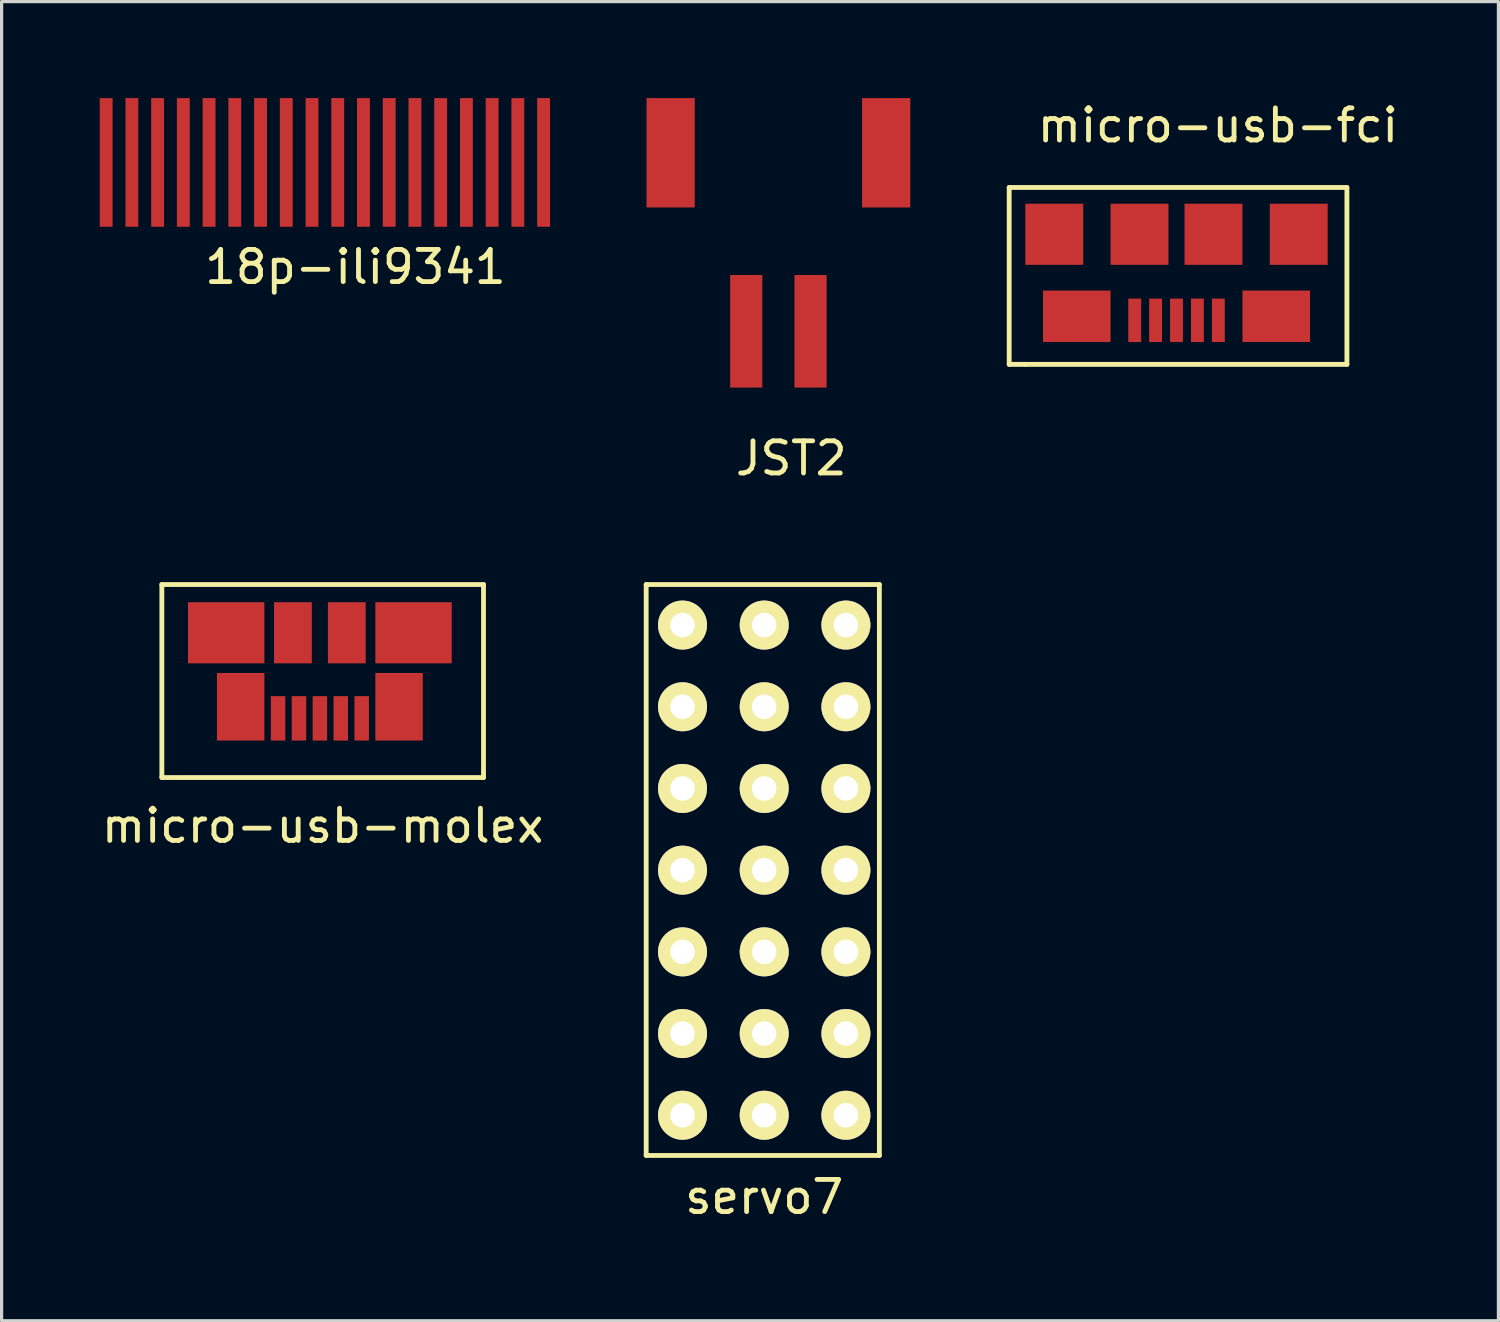
<source format=kicad_pcb>
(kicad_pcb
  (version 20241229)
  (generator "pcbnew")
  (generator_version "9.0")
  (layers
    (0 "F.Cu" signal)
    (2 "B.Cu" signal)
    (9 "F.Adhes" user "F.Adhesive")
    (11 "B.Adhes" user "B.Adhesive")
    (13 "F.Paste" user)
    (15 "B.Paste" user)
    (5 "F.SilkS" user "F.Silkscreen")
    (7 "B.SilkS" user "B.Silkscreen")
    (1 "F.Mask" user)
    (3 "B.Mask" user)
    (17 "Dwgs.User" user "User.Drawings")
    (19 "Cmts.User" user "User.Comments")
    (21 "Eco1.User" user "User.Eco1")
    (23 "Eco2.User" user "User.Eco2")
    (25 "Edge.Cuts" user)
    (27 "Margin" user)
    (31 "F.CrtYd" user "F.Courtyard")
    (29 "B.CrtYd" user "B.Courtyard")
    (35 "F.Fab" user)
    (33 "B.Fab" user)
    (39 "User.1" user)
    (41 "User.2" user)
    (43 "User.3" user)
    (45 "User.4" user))
  (footprint "JST2"
    (layer "F.Cu")
    (at 17.8 1.7)
    (property "Reference" "JST2" (at 3.75 9.5 0) (layer "F.SilkS") (effects (font (size 1 1) (thickness 0.15))))
    (attr through_hole)
    (pad "1" smd rect (at 4.35 5.55) (size 1 3.5) (layers "F.Cu" "F.Mask" "F.Paste"))
    (pad "2" smd rect (at 0 0) (size 1.5 3.4) (layers "F.Cu" "F.Mask" "F.Paste"))
    (pad "2" smd rect (at 2.35 5.55) (size 1 3.5) (layers "F.Cu" "F.Mask" "F.Paste"))
    (pad "2" smd rect (at 6.7 0) (size 1.5 3.4) (layers "F.Cu" "F.Mask" "F.Paste")))
  (footprint "micro-usb-molex"
    (layer "F.Cu")
    (at 3.982 16.623)
    (property "Reference" "micro-usb-molex" (at 3 6 0) (layer "F.SilkS") (effects (font (size 1 1) (thickness 0.15))))
    (attr through_hole)
    (fp_line (start -2 -1.5) (end -2 4.5) (stroke (width 0.15) (type solid)) (layer "F.SilkS"))
    (fp_line (start -2 4.5) (end 8 4.5) (stroke (width 0.15) (type solid)) (layer "F.SilkS"))
    (fp_line (start 8 -1.5) (end -2 -1.5) (stroke (width 0.15) (type solid)) (layer "F.SilkS"))
    (fp_line (start 8 4.5) (end 8 -1.5) (stroke (width 0.15) (type solid)) (layer "F.SilkS"))
    (pad "1" smd rect (at 4.213 2.66) (size 0.45 1.38) (layers "F.Cu" "F.Mask" "F.Paste"))
    (pad "2" smd rect (at 3.562 2.66) (size 0.45 1.38) (layers "F.Cu" "F.Mask" "F.Paste"))
    (pad "3" smd rect (at 2.913 2.66) (size 0.45 1.38) (layers "F.Cu" "F.Mask" "F.Paste"))
    (pad "4" smd rect (at 2.263 2.66) (size 0.45 1.38) (layers "F.Cu" "F.Mask" "F.Paste"))
    (pad "5" smd rect (at 0 0) (size 2.375 1.9) (layers "F.Cu" "F.Mask" "F.Paste"))
    (pad "5" smd rect (at 0.45 2.3) (size 1.475 2.1) (layers "F.Cu" "F.Mask" "F.Paste"))
    (pad "5" smd rect (at 1.613 2.66) (size 0.45 1.38) (layers "F.Cu" "F.Mask" "F.Paste"))
    (pad "5" smd rect (at 2.075 0) (size 1.175 1.9) (layers "F.Cu" "F.Mask" "F.Paste"))
    (pad "5" smd rect (at 3.75 0) (size 1.175 1.9) (layers "F.Cu" "F.Mask" "F.Paste"))
    (pad "5" smd rect (at 5.375 2.3) (size 1.475 2.1) (layers "F.Cu" "F.Mask" "F.Paste"))
    (pad "5" smd rect (at 5.825 0) (size 2.375 1.9) (layers "F.Cu" "F.Mask" "F.Paste")))
  (footprint "18p-ili9341"
    (layer "F.Cu")
    (at 0.25 2)
    (property "Reference" "18p-ili9341" (at 7.75 3.25 0) (layer "F.SilkS") (effects (font (size 1 1) (thickness 0.15))))
    (attr through_hole)
    (pad "1" smd rect (at 0 0) (size 0.4 4) (layers "F.Cu" "F.Mask" "F.Paste"))
    (pad "2" smd rect (at 0.8 0) (size 0.4 4) (layers "F.Cu" "F.Mask" "F.Paste"))
    (pad "3" smd rect (at 1.6 0) (size 0.4 4) (layers "F.Cu" "F.Mask" "F.Paste"))
    (pad "4" smd rect (at 2.4 0) (size 0.4 4) (layers "F.Cu" "F.Mask" "F.Paste"))
    (pad "5" smd rect (at 3.2 0) (size 0.4 4) (layers "F.Cu" "F.Mask" "F.Paste"))
    (pad "6" smd rect (at 4 0) (size 0.4 4) (layers "F.Cu" "F.Mask" "F.Paste"))
    (pad "7" smd rect (at 4.8 0) (size 0.4 4) (layers "F.Cu" "F.Mask" "F.Paste"))
    (pad "8" smd rect (at 5.6 0) (size 0.4 4) (layers "F.Cu" "F.Mask" "F.Paste"))
    (pad "9" smd rect (at 6.4 0) (size 0.4 4) (layers "F.Cu" "F.Mask" "F.Paste"))
    (pad "10" smd rect (at 7.2 0) (size 0.4 4) (layers "F.Cu" "F.Mask" "F.Paste"))
    (pad "11" smd rect (at 8 0) (size 0.4 4) (layers "F.Cu" "F.Mask" "F.Paste"))
    (pad "12" smd rect (at 8.8 0) (size 0.4 4) (layers "F.Cu" "F.Mask" "F.Paste"))
    (pad "13" smd rect (at 9.6 0) (size 0.4 4) (layers "F.Cu" "F.Mask" "F.Paste"))
    (pad "14" smd rect (at 10.4 0) (size 0.4 4) (layers "F.Cu" "F.Mask" "F.Paste"))
    (pad "15" smd rect (at 11.2 0) (size 0.4 4) (layers "F.Cu" "F.Mask" "F.Paste"))
    (pad "16" smd rect (at 12 0) (size 0.4 4) (layers "F.Cu" "F.Mask" "F.Paste"))
    (pad "17" smd rect (at 12.8 0) (size 0.4 4) (layers "F.Cu" "F.Mask" "F.Paste"))
    (pad "18" smd rect (at 13.6 0) (size 0.4 4) (layers "F.Cu" "F.Mask" "F.Paste")))
  (footprint "servo7"
    (layer "F.Cu")
    (at 25.789 31.623)
    (property "Reference" "servo7" (at -5.08 2.54 0) (layer "F.SilkS") (effects (font (size 1 1) (thickness 0.15))))
    (attr through_hole)
    (fp_line (start -8.75 -16.5) (end -1.5 -16.5) (stroke (width 0.15) (type solid)) (layer "F.SilkS"))
    (fp_line (start -8.75 1.25) (end -8.75 -16.5) (stroke (width 0.15) (type solid)) (layer "F.SilkS"))
    (fp_line (start -1.5 -16.5) (end -1.5 1.25) (stroke (width 0.15) (type solid)) (layer "F.SilkS"))
    (fp_line (start -1.5 1.25) (end -8.75 1.25) (stroke (width 0.15) (type solid)) (layer "F.SilkS"))
    (pad "1" thru_hole circle (at -7.62 -15.24) (size 1.524 1.524) (drill 0.762) (layers "*.Cu" "*.Mask" "F.SilkS"))
    (pad "2" thru_hole circle (at -7.62 -12.7) (size 1.524 1.524) (drill 0.762) (layers "*.Cu" "*.Mask" "F.SilkS"))
    (pad "3" thru_hole circle (at -7.62 -10.16) (size 1.524 1.524) (drill 0.762) (layers "*.Cu" "*.Mask" "F.SilkS"))
    (pad "4" thru_hole circle (at -7.62 -7.62) (size 1.524 1.524) (drill 0.762) (layers "*.Cu" "*.Mask" "F.SilkS"))
    (pad "5" thru_hole circle (at -7.62 -5.08) (size 1.524 1.524) (drill 0.762) (layers "*.Cu" "*.Mask" "F.SilkS"))
    (pad "6" thru_hole circle (at -7.62 -2.54) (size 1.524 1.524) (drill 0.762) (layers "*.Cu" "*.Mask" "F.SilkS"))
    (pad "7" thru_hole circle (at -7.62 0) (size 1.524 1.524) (drill 0.762) (layers "*.Cu" "*.Mask" "F.SilkS"))
    (pad "8" thru_hole circle (at -5.08 0) (size 1.524 1.524) (drill 0.762) (layers "*.Cu" "*.Mask" "F.SilkS"))
    (pad "9" thru_hole circle (at -5.08 -2.54) (size 1.524 1.524) (drill 0.762) (layers "*.Cu" "*.Mask" "F.SilkS"))
    (pad "10" thru_hole circle (at -5.08 -5.08) (size 1.524 1.524) (drill 0.762) (layers "*.Cu" "*.Mask" "F.SilkS"))
    (pad "11" thru_hole circle (at -5.08 -7.62) (size 1.524 1.524) (drill 0.762) (layers "*.Cu" "*.Mask" "F.SilkS"))
    (pad "12" thru_hole circle (at -5.08 -10.16) (size 1.524 1.524) (drill 0.762) (layers "*.Cu" "*.Mask" "F.SilkS"))
    (pad "13" thru_hole circle (at -5.08 -12.7) (size 1.524 1.524) (drill 0.762) (layers "*.Cu" "*.Mask" "F.SilkS"))
    (pad "14" thru_hole circle (at -5.08 -15.24) (size 1.524 1.524) (drill 0.762) (layers "*.Cu" "*.Mask" "F.SilkS"))
    (pad "15" thru_hole circle (at -2.54 -15.24) (size 1.524 1.524) (drill 0.762) (layers "*.Cu" "*.Mask" "F.SilkS"))
    (pad "16" thru_hole circle (at -2.54 -12.7) (size 1.524 1.524) (drill 0.762) (layers "*.Cu" "*.Mask" "F.SilkS"))
    (pad "17" thru_hole circle (at -2.54 -10.16) (size 1.524 1.524) (drill 0.762) (layers "*.Cu" "*.Mask" "F.SilkS"))
    (pad "18" thru_hole circle (at -2.54 -7.62) (size 1.524 1.524) (drill 0.762) (layers "*.Cu" "*.Mask" "F.SilkS"))
    (pad "19" thru_hole circle (at -2.54 -5.08) (size 1.524 1.524) (drill 0.762) (layers "*.Cu" "*.Mask" "F.SilkS"))
    (pad "20" thru_hole circle (at -2.54 -2.54) (size 1.524 1.524) (drill 0.762) (layers "*.Cu" "*.Mask" "F.SilkS"))
    (pad "21" thru_hole circle (at -2.54 0) (size 1.524 1.524) (drill 0.762) (layers "*.Cu" "*.Mask" "F.SilkS")))
  (footprint "micro-usb-fci"
    (layer "F.Cu")
    (at 34.115 5.248)
    (property "Reference" "micro-usb-fci" (at 0.7 -4.4 0) (layer "F.SilkS") (effects (font (size 1 1) (thickness 0.15))))
    (attr through_hole)
    (fp_line (start -5.79 -2.47) (end 4.71 -2.47) (stroke (width 0.15) (type solid)) (layer "F.SilkS"))
    (fp_line (start -5.79 3.03) (end -5.79 -2.47) (stroke (width 0.15) (type solid)) (layer "F.SilkS"))
    (fp_line (start -5.29 3.03) (end -5.79 3.03) (stroke (width 0.15) (type solid)) (layer "F.SilkS"))
    (fp_line (start 4.71 -2.47) (end 4.71 3.03) (stroke (width 0.15) (type solid)) (layer "F.SilkS"))
    (fp_line (start 4.71 3.03) (end -5.29 3.03) (stroke (width 0.15) (type solid)) (layer "F.SilkS"))
    (pad "1" smd rect (at 0.713 1.66) (size 0.4 1.35) (layers "F.Cu" "F.Mask" "F.Paste"))
    (pad "2" smd rect (at 0.062 1.66) (size 0.4 1.35) (layers "F.Cu" "F.Mask" "F.Paste"))
    (pad "3" smd rect (at -0.588 1.66) (size 0.4 1.35) (layers "F.Cu" "F.Mask" "F.Paste"))
    (pad "4" smd rect (at -1.238 1.66) (size 0.4 1.35) (layers "F.Cu" "F.Mask" "F.Paste"))
    (pad "5" smd rect (at -1.887 1.66) (size 0.4 1.35) (layers "F.Cu" "F.Mask" "F.Paste"))
    (pad "6" smd rect (at -4.388 -1.015) (size 1.8 1.9) (layers "F.Cu" "F.Mask" "F.Paste"))
    (pad "6" smd rect (at -3.688 1.535) (size 2.1 1.6) (layers "F.Cu" "F.Mask" "F.Paste"))
    (pad "6" smd rect (at -1.738 -1.015) (size 1.8 1.9) (layers "F.Cu" "F.Mask" "F.Paste"))
    (pad "6" smd rect (at 0.562 -1.015) (size 1.8 1.9) (layers "F.Cu" "F.Mask" "F.Paste"))
    (pad "6" smd rect (at 2.513 1.535) (size 2.1 1.6) (layers "F.Cu" "F.Mask" "F.Paste"))
    (pad "6" smd rect (at 3.212 -1.015) (size 1.8 1.9) (layers "F.Cu" "F.Mask" "F.Paste")))
  (gr_rect
    (start -3 -3)
    (end 43.535 38.011)
    (stroke (width 0.1) (type default))
    (fill no)
    (layer "Edge.Cuts")))
</source>
